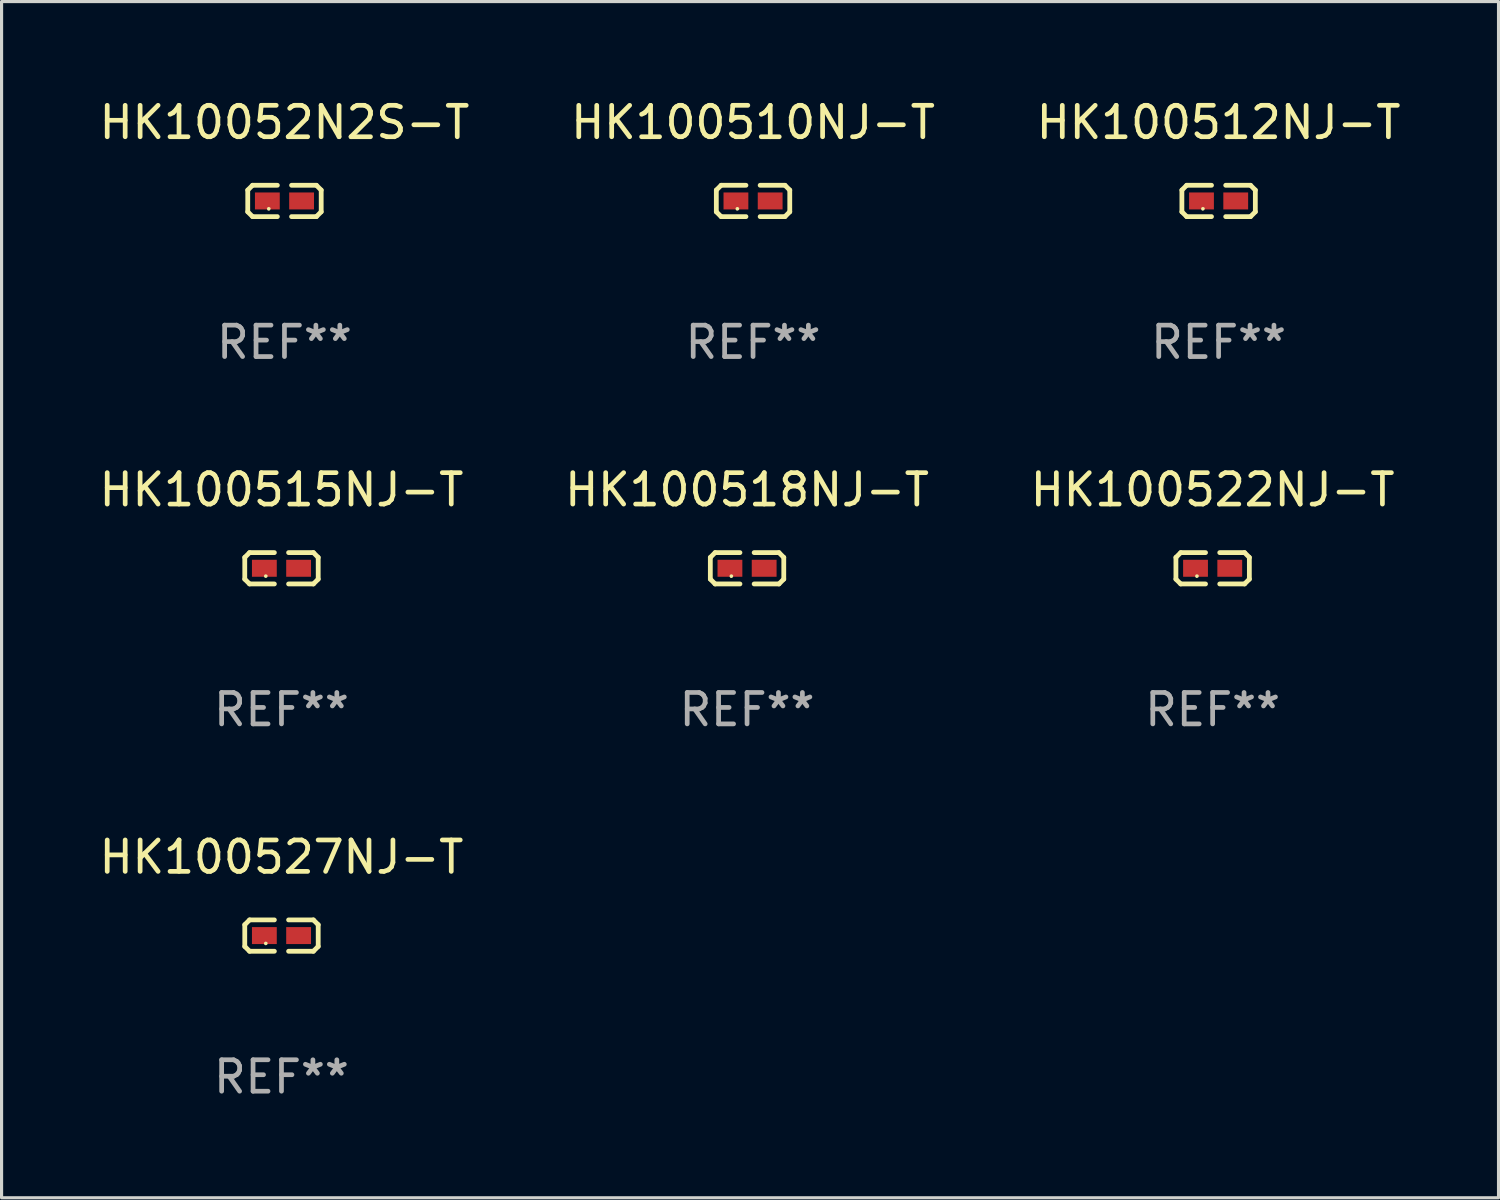
<source format=kicad_pcb>
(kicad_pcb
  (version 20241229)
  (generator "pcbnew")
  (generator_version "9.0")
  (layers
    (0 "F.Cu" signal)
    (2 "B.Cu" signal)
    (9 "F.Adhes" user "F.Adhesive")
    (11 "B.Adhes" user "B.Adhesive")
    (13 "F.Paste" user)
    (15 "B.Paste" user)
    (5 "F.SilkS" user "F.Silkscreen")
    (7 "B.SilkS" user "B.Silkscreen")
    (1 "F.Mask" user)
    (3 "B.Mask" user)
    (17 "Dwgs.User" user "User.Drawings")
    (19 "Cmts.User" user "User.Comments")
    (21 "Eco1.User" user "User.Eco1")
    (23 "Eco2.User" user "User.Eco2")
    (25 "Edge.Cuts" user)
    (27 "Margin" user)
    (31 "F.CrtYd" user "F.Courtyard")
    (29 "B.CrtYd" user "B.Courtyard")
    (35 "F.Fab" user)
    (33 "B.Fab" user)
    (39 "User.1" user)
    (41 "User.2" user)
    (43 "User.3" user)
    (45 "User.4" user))
  (footprint "HK100515NJ-T"
    (layer "F.Cu")
    (at 5.911 15.041)
    (property "Reference" "HK100515NJ-T" (at 0 -2.499 0) (layer "F.SilkS") (effects (font (size 1 1) (thickness 0.15))))
    (attr through_hole)
    (fp_line (start -1.169 -0.346) (end -1.016 -0.499) (stroke (width 0.152) (type solid)) (layer "F.SilkS"))
    (fp_line (start -1.169 0.346) (end -1.169 -0.346) (stroke (width 0.152) (type solid)) (layer "F.SilkS"))
    (fp_line (start -1.016 -0.499) (end -0.226 -0.499) (stroke (width 0.152) (type solid)) (layer "F.SilkS"))
    (fp_line (start -1.016 0.499) (end -1.169 0.346) (stroke (width 0.152) (type solid)) (layer "F.SilkS"))
    (fp_line (start -0.226 0.499) (end -1.016 0.499) (stroke (width 0.152) (type solid)) (layer "F.SilkS"))
    (fp_line (start 0.226 0.499) (end 1.016 0.499) (stroke (width 0.152) (type solid)) (layer "F.SilkS"))
    (fp_line (start 1.016 -0.499) (end 0.226 -0.499) (stroke (width 0.152) (type solid)) (layer "F.SilkS"))
    (fp_line (start 1.016 0.499) (end 1.169 0.346) (stroke (width 0.152) (type solid)) (layer "F.SilkS"))
    (fp_line (start 1.169 -0.346) (end 1.016 -0.499) (stroke (width 0.152) (type solid)) (layer "F.SilkS"))
    (fp_line (start 1.169 0.346) (end 1.169 -0.346) (stroke (width 0.152) (type solid)) (layer "F.SilkS"))
    (fp_circle (center -0.5 0.25) (end -0.47 0.25) (stroke (width 0.06) (type solid)) (fill no) (layer "F.SilkS"))
    (fp_text user "REF**" (at 0 4.499 0) (layer "F.Fab") (effects (font (size 1 1) (thickness 0.15))))
    (pad "1" smd rect (at -0.545 0) (size 0.79 0.54) (layers "F.Cu" "F.Mask" "F.Paste"))
    (pad "2" smd rect (at 0.545 0) (size 0.79 0.54) (layers "F.Cu" "F.Mask" "F.Paste")))
  (footprint "HK100512NJ-T"
    (layer "F.Cu")
    (at 35.744 3.347)
    (property "Reference" "HK100512NJ-T" (at 0 -2.499 0) (layer "F.SilkS") (effects (font (size 1 1) (thickness 0.15))))
    (attr through_hole)
    (fp_line (start -1.169 -0.346) (end -1.016 -0.499) (stroke (width 0.152) (type solid)) (layer "F.SilkS"))
    (fp_line (start -1.169 0.346) (end -1.169 -0.346) (stroke (width 0.152) (type solid)) (layer "F.SilkS"))
    (fp_line (start -1.016 -0.499) (end -0.226 -0.499) (stroke (width 0.152) (type solid)) (layer "F.SilkS"))
    (fp_line (start -1.016 0.499) (end -1.169 0.346) (stroke (width 0.152) (type solid)) (layer "F.SilkS"))
    (fp_line (start -0.226 0.499) (end -1.016 0.499) (stroke (width 0.152) (type solid)) (layer "F.SilkS"))
    (fp_line (start 0.226 0.499) (end 1.016 0.499) (stroke (width 0.152) (type solid)) (layer "F.SilkS"))
    (fp_line (start 1.016 -0.499) (end 0.226 -0.499) (stroke (width 0.152) (type solid)) (layer "F.SilkS"))
    (fp_line (start 1.016 0.499) (end 1.169 0.346) (stroke (width 0.152) (type solid)) (layer "F.SilkS"))
    (fp_line (start 1.169 -0.346) (end 1.016 -0.499) (stroke (width 0.152) (type solid)) (layer "F.SilkS"))
    (fp_line (start 1.169 0.346) (end 1.169 -0.346) (stroke (width 0.152) (type solid)) (layer "F.SilkS"))
    (fp_circle (center -0.5 0.25) (end -0.47 0.25) (stroke (width 0.06) (type solid)) (fill no) (layer "F.SilkS"))
    (fp_text user "REF**" (at 0 4.499 0) (layer "F.Fab") (effects (font (size 1 1) (thickness 0.15))))
    (pad "1" smd rect (at -0.545 0) (size 0.79 0.54) (layers "F.Cu" "F.Mask" "F.Paste"))
    (pad "2" smd rect (at 0.545 0) (size 0.79 0.54) (layers "F.Cu" "F.Mask" "F.Paste")))
  (footprint "HK100518NJ-T"
    (layer "F.Cu")
    (at 20.732 15.041)
    (property "Reference" "HK100518NJ-T" (at 0 -2.499 0) (layer "F.SilkS") (effects (font (size 1 1) (thickness 0.15))))
    (attr through_hole)
    (fp_line (start -1.169 -0.346) (end -1.016 -0.499) (stroke (width 0.152) (type solid)) (layer "F.SilkS"))
    (fp_line (start -1.169 0.346) (end -1.169 -0.346) (stroke (width 0.152) (type solid)) (layer "F.SilkS"))
    (fp_line (start -1.016 -0.499) (end -0.226 -0.499) (stroke (width 0.152) (type solid)) (layer "F.SilkS"))
    (fp_line (start -1.016 0.499) (end -1.169 0.346) (stroke (width 0.152) (type solid)) (layer "F.SilkS"))
    (fp_line (start -0.226 0.499) (end -1.016 0.499) (stroke (width 0.152) (type solid)) (layer "F.SilkS"))
    (fp_line (start 0.226 0.499) (end 1.016 0.499) (stroke (width 0.152) (type solid)) (layer "F.SilkS"))
    (fp_line (start 1.016 -0.499) (end 0.226 -0.499) (stroke (width 0.152) (type solid)) (layer "F.SilkS"))
    (fp_line (start 1.016 0.499) (end 1.169 0.346) (stroke (width 0.152) (type solid)) (layer "F.SilkS"))
    (fp_line (start 1.169 -0.346) (end 1.016 -0.499) (stroke (width 0.152) (type solid)) (layer "F.SilkS"))
    (fp_line (start 1.169 0.346) (end 1.169 -0.346) (stroke (width 0.152) (type solid)) (layer "F.SilkS"))
    (fp_circle (center -0.5 0.25) (end -0.47 0.25) (stroke (width 0.06) (type solid)) (fill no) (layer "F.SilkS"))
    (fp_text user "REF**" (at 0 4.499 0) (layer "F.Fab") (effects (font (size 1 1) (thickness 0.15))))
    (pad "1" smd rect (at -0.545 0) (size 0.79 0.54) (layers "F.Cu" "F.Mask" "F.Paste"))
    (pad "2" smd rect (at 0.545 0) (size 0.79 0.54) (layers "F.Cu" "F.Mask" "F.Paste")))
  (footprint "HK100527NJ-T"
    (layer "F.Cu")
    (at 5.911 26.734)
    (property "Reference" "HK100527NJ-T" (at 0 -2.499 0) (layer "F.SilkS") (effects (font (size 1 1) (thickness 0.15))))
    (attr through_hole)
    (fp_line (start -1.169 -0.346) (end -1.016 -0.499) (stroke (width 0.152) (type solid)) (layer "F.SilkS"))
    (fp_line (start -1.169 0.346) (end -1.169 -0.346) (stroke (width 0.152) (type solid)) (layer "F.SilkS"))
    (fp_line (start -1.016 -0.499) (end -0.226 -0.499) (stroke (width 0.152) (type solid)) (layer "F.SilkS"))
    (fp_line (start -1.016 0.499) (end -1.169 0.346) (stroke (width 0.152) (type solid)) (layer "F.SilkS"))
    (fp_line (start -0.226 0.499) (end -1.016 0.499) (stroke (width 0.152) (type solid)) (layer "F.SilkS"))
    (fp_line (start 0.226 0.499) (end 1.016 0.499) (stroke (width 0.152) (type solid)) (layer "F.SilkS"))
    (fp_line (start 1.016 -0.499) (end 0.226 -0.499) (stroke (width 0.152) (type solid)) (layer "F.SilkS"))
    (fp_line (start 1.016 0.499) (end 1.169 0.346) (stroke (width 0.152) (type solid)) (layer "F.SilkS"))
    (fp_line (start 1.169 -0.346) (end 1.016 -0.499) (stroke (width 0.152) (type solid)) (layer "F.SilkS"))
    (fp_line (start 1.169 0.346) (end 1.169 -0.346) (stroke (width 0.152) (type solid)) (layer "F.SilkS"))
    (fp_circle (center -0.5 0.25) (end -0.47 0.25) (stroke (width 0.06) (type solid)) (fill no) (layer "F.SilkS"))
    (fp_text user "REF**" (at 0 4.499 0) (layer "F.Fab") (effects (font (size 1 1) (thickness 0.15))))
    (pad "1" smd rect (at -0.545 0) (size 0.79 0.54) (layers "F.Cu" "F.Mask" "F.Paste"))
    (pad "2" smd rect (at 0.545 0) (size 0.79 0.54) (layers "F.Cu" "F.Mask" "F.Paste")))
  (footprint "HK100510NJ-T"
    (layer "F.Cu")
    (at 20.923 3.347)
    (property "Reference" "HK100510NJ-T" (at 0 -2.499 0) (layer "F.SilkS") (effects (font (size 1 1) (thickness 0.15))))
    (attr through_hole)
    (fp_line (start -1.169 -0.346) (end -1.016 -0.499) (stroke (width 0.152) (type solid)) (layer "F.SilkS"))
    (fp_line (start -1.169 0.346) (end -1.169 -0.346) (stroke (width 0.152) (type solid)) (layer "F.SilkS"))
    (fp_line (start -1.016 -0.499) (end -0.226 -0.499) (stroke (width 0.152) (type solid)) (layer "F.SilkS"))
    (fp_line (start -1.016 0.499) (end -1.169 0.346) (stroke (width 0.152) (type solid)) (layer "F.SilkS"))
    (fp_line (start -0.226 0.499) (end -1.016 0.499) (stroke (width 0.152) (type solid)) (layer "F.SilkS"))
    (fp_line (start 0.226 0.499) (end 1.016 0.499) (stroke (width 0.152) (type solid)) (layer "F.SilkS"))
    (fp_line (start 1.016 -0.499) (end 0.226 -0.499) (stroke (width 0.152) (type solid)) (layer "F.SilkS"))
    (fp_line (start 1.016 0.499) (end 1.169 0.346) (stroke (width 0.152) (type solid)) (layer "F.SilkS"))
    (fp_line (start 1.169 -0.346) (end 1.016 -0.499) (stroke (width 0.152) (type solid)) (layer "F.SilkS"))
    (fp_line (start 1.169 0.346) (end 1.169 -0.346) (stroke (width 0.152) (type solid)) (layer "F.SilkS"))
    (fp_circle (center -0.5 0.25) (end -0.47 0.25) (stroke (width 0.06) (type solid)) (fill no) (layer "F.SilkS"))
    (fp_text user "REF**" (at 0 4.499 0) (layer "F.Fab") (effects (font (size 1 1) (thickness 0.15))))
    (pad "1" smd rect (at -0.545 0) (size 0.79 0.54) (layers "F.Cu" "F.Mask" "F.Paste"))
    (pad "2" smd rect (at 0.545 0) (size 0.79 0.54) (layers "F.Cu" "F.Mask" "F.Paste")))
  (footprint "HK10052N2S-T"
    (layer "F.Cu")
    (at 6.006 3.347)
    (property "Reference" "HK10052N2S-T" (at 0 -2.499 0) (layer "F.SilkS") (effects (font (size 1 1) (thickness 0.15))))
    (attr through_hole)
    (fp_line (start -1.169 -0.346) (end -1.016 -0.499) (stroke (width 0.152) (type solid)) (layer "F.SilkS"))
    (fp_line (start -1.169 0.346) (end -1.169 -0.346) (stroke (width 0.152) (type solid)) (layer "F.SilkS"))
    (fp_line (start -1.016 -0.499) (end -0.226 -0.499) (stroke (width 0.152) (type solid)) (layer "F.SilkS"))
    (fp_line (start -1.016 0.499) (end -1.169 0.346) (stroke (width 0.152) (type solid)) (layer "F.SilkS"))
    (fp_line (start -0.226 0.499) (end -1.016 0.499) (stroke (width 0.152) (type solid)) (layer "F.SilkS"))
    (fp_line (start 0.226 0.499) (end 1.016 0.499) (stroke (width 0.152) (type solid)) (layer "F.SilkS"))
    (fp_line (start 1.016 -0.499) (end 0.226 -0.499) (stroke (width 0.152) (type solid)) (layer "F.SilkS"))
    (fp_line (start 1.016 0.499) (end 1.169 0.346) (stroke (width 0.152) (type solid)) (layer "F.SilkS"))
    (fp_line (start 1.169 -0.346) (end 1.016 -0.499) (stroke (width 0.152) (type solid)) (layer "F.SilkS"))
    (fp_line (start 1.169 0.346) (end 1.169 -0.346) (stroke (width 0.152) (type solid)) (layer "F.SilkS"))
    (fp_circle (center -0.5 0.25) (end -0.47 0.25) (stroke (width 0.06) (type solid)) (fill no) (layer "F.SilkS"))
    (fp_text user "REF**" (at 0 4.499 0) (layer "F.Fab") (effects (font (size 1 1) (thickness 0.15))))
    (pad "1" smd rect (at -0.545 0) (size 0.79 0.54) (layers "F.Cu" "F.Mask" "F.Paste"))
    (pad "2" smd rect (at 0.545 0) (size 0.79 0.54) (layers "F.Cu" "F.Mask" "F.Paste")))
  (footprint "HK100522NJ-T"
    (layer "F.Cu")
    (at 35.554 15.041)
    (property "Reference" "HK100522NJ-T" (at 0 -2.499 0) (layer "F.SilkS") (effects (font (size 1 1) (thickness 0.15))))
    (attr through_hole)
    (fp_line (start -1.169 -0.346) (end -1.016 -0.499) (stroke (width 0.152) (type solid)) (layer "F.SilkS"))
    (fp_line (start -1.169 0.346) (end -1.169 -0.346) (stroke (width 0.152) (type solid)) (layer "F.SilkS"))
    (fp_line (start -1.016 -0.499) (end -0.226 -0.499) (stroke (width 0.152) (type solid)) (layer "F.SilkS"))
    (fp_line (start -1.016 0.499) (end -1.169 0.346) (stroke (width 0.152) (type solid)) (layer "F.SilkS"))
    (fp_line (start -0.226 0.499) (end -1.016 0.499) (stroke (width 0.152) (type solid)) (layer "F.SilkS"))
    (fp_line (start 0.226 0.499) (end 1.016 0.499) (stroke (width 0.152) (type solid)) (layer "F.SilkS"))
    (fp_line (start 1.016 -0.499) (end 0.226 -0.499) (stroke (width 0.152) (type solid)) (layer "F.SilkS"))
    (fp_line (start 1.016 0.499) (end 1.169 0.346) (stroke (width 0.152) (type solid)) (layer "F.SilkS"))
    (fp_line (start 1.169 -0.346) (end 1.016 -0.499) (stroke (width 0.152) (type solid)) (layer "F.SilkS"))
    (fp_line (start 1.169 0.346) (end 1.169 -0.346) (stroke (width 0.152) (type solid)) (layer "F.SilkS"))
    (fp_circle (center -0.5 0.25) (end -0.47 0.25) (stroke (width 0.06) (type solid)) (fill no) (layer "F.SilkS"))
    (fp_text user "REF**" (at 0 4.499 0) (layer "F.Fab") (effects (font (size 1 1) (thickness 0.15))))
    (pad "1" smd rect (at -0.545 0) (size 0.79 0.54) (layers "F.Cu" "F.Mask" "F.Paste"))
    (pad "2" smd rect (at 0.545 0) (size 0.79 0.54) (layers "F.Cu" "F.Mask" "F.Paste")))
  (gr_rect
    (start -3 -3)
    (end 44.655 35.081)
    (stroke (width 0.1) (type default))
    (fill no)
    (layer "Edge.Cuts")))
</source>
